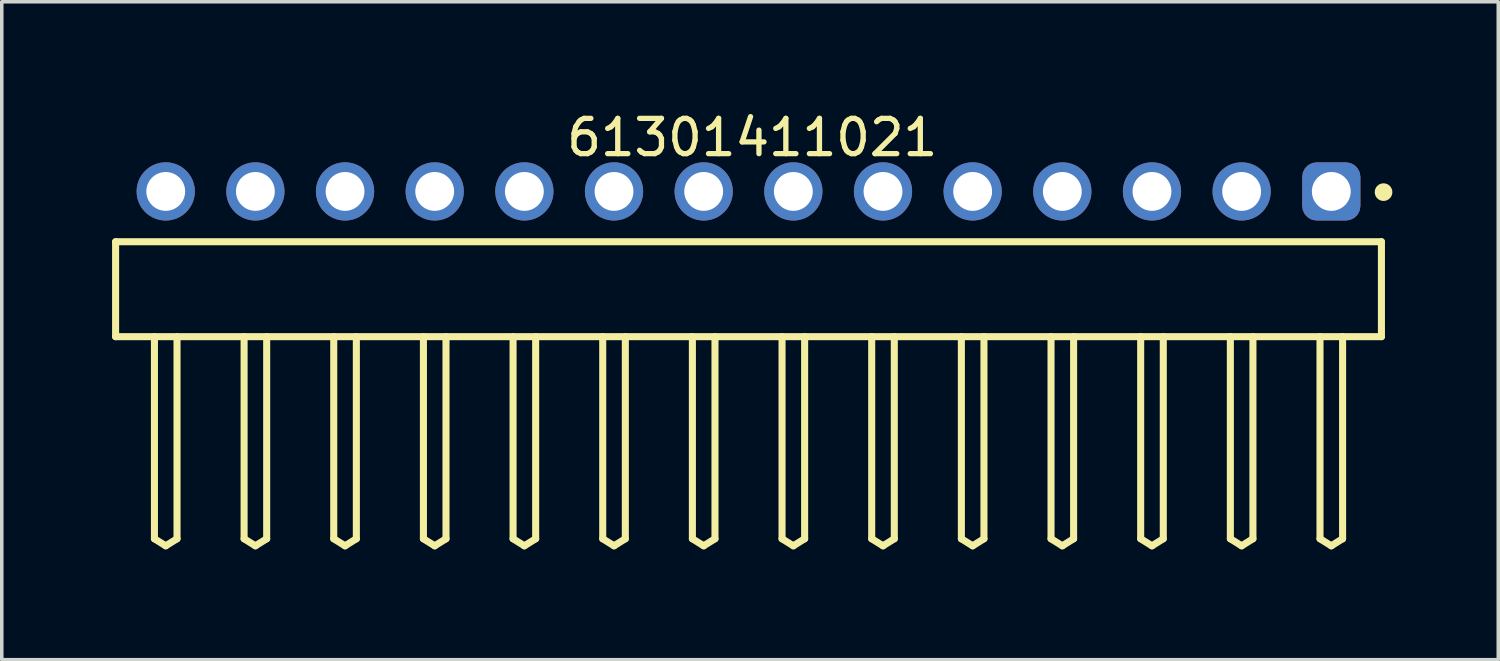
<source format=kicad_pcb>
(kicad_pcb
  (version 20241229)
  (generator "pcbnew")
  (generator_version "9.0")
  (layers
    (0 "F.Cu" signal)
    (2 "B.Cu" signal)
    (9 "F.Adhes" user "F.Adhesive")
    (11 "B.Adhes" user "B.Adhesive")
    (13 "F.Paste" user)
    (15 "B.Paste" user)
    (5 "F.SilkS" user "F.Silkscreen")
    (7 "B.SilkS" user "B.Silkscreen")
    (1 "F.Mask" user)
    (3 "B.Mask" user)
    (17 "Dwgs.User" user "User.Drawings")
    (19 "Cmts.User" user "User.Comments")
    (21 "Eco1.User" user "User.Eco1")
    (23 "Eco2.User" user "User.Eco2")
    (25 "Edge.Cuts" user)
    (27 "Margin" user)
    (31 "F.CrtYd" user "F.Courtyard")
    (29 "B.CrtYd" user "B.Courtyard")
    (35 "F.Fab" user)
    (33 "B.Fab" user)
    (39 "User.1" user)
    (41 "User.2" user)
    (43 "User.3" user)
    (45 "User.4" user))
  (footprint "61301411021"
    (layer "F.Cu")
    (at 18.155 5.143)
    (property "Reference" "61301411021" (at 0.105 -4.295 0) (layer "F.SilkS") (effects (font (size 1 1) (thickness 0.15))))
    (fp_line (start -17.93 -1.345) (end 17.93 -1.345) (stroke (width 0.2) (type solid)) (layer "F.SilkS"))
    (fp_line (start -17.93 1.345) (end -17.93 -1.345) (stroke (width 0.2) (type solid)) (layer "F.SilkS"))
    (fp_line (start -17.93 1.345) (end 17.93 1.345) (stroke (width 0.2) (type solid)) (layer "F.SilkS"))
    (fp_line (start -16.83 7.07) (end -16.83 1.345) (stroke (width 0.2) (type solid)) (layer "F.SilkS"))
    (fp_line (start -16.83 7.07) (end -16.51 7.27) (stroke (width 0.2) (type solid)) (layer "F.SilkS"))
    (fp_line (start -16.51 7.27) (end -16.19 7.07) (stroke (width 0.2) (type solid)) (layer "F.SilkS"))
    (fp_line (start -16.19 7.07) (end -16.19 1.345) (stroke (width 0.2) (type solid)) (layer "F.SilkS"))
    (fp_line (start -14.29 7.07) (end -14.29 1.345) (stroke (width 0.2) (type solid)) (layer "F.SilkS"))
    (fp_line (start -14.29 7.07) (end -13.97 7.27) (stroke (width 0.2) (type solid)) (layer "F.SilkS"))
    (fp_line (start -13.97 7.27) (end -13.65 7.07) (stroke (width 0.2) (type solid)) (layer "F.SilkS"))
    (fp_line (start -13.65 7.07) (end -13.65 1.345) (stroke (width 0.2) (type solid)) (layer "F.SilkS"))
    (fp_line (start -11.75 7.07) (end -11.75 1.345) (stroke (width 0.2) (type solid)) (layer "F.SilkS"))
    (fp_line (start -11.75 7.07) (end -11.43 7.27) (stroke (width 0.2) (type solid)) (layer "F.SilkS"))
    (fp_line (start -11.43 7.27) (end -11.11 7.07) (stroke (width 0.2) (type solid)) (layer "F.SilkS"))
    (fp_line (start -11.11 7.07) (end -11.11 1.345) (stroke (width 0.2) (type solid)) (layer "F.SilkS"))
    (fp_line (start -9.21 7.07) (end -9.21 1.345) (stroke (width 0.2) (type solid)) (layer "F.SilkS"))
    (fp_line (start -9.21 7.07) (end -8.89 7.27) (stroke (width 0.2) (type solid)) (layer "F.SilkS"))
    (fp_line (start -8.89 7.27) (end -8.57 7.07) (stroke (width 0.2) (type solid)) (layer "F.SilkS"))
    (fp_line (start -8.57 7.07) (end -8.57 1.345) (stroke (width 0.2) (type solid)) (layer "F.SilkS"))
    (fp_line (start -6.67 7.07) (end -6.67 1.345) (stroke (width 0.2) (type solid)) (layer "F.SilkS"))
    (fp_line (start -6.67 7.07) (end -6.35 7.27) (stroke (width 0.2) (type solid)) (layer "F.SilkS"))
    (fp_line (start -6.35 7.27) (end -6.03 7.07) (stroke (width 0.2) (type solid)) (layer "F.SilkS"))
    (fp_line (start -6.03 7.07) (end -6.03 1.345) (stroke (width 0.2) (type solid)) (layer "F.SilkS"))
    (fp_line (start -4.13 7.07) (end -4.13 1.345) (stroke (width 0.2) (type solid)) (layer "F.SilkS"))
    (fp_line (start -4.13 7.07) (end -3.81 7.27) (stroke (width 0.2) (type solid)) (layer "F.SilkS"))
    (fp_line (start -3.81 7.27) (end -3.49 7.07) (stroke (width 0.2) (type solid)) (layer "F.SilkS"))
    (fp_line (start -3.49 7.07) (end -3.49 1.345) (stroke (width 0.2) (type solid)) (layer "F.SilkS"))
    (fp_line (start -1.59 7.07) (end -1.59 1.345) (stroke (width 0.2) (type solid)) (layer "F.SilkS"))
    (fp_line (start -1.59 7.07) (end -1.27 7.27) (stroke (width 0.2) (type solid)) (layer "F.SilkS"))
    (fp_line (start -1.27 7.27) (end -0.95 7.07) (stroke (width 0.2) (type solid)) (layer "F.SilkS"))
    (fp_line (start -0.95 7.07) (end -0.95 1.345) (stroke (width 0.2) (type solid)) (layer "F.SilkS"))
    (fp_line (start 0.95 7.07) (end 0.95 1.345) (stroke (width 0.2) (type solid)) (layer "F.SilkS"))
    (fp_line (start 0.95 7.07) (end 1.27 7.27) (stroke (width 0.2) (type solid)) (layer "F.SilkS"))
    (fp_line (start 1.27 7.27) (end 1.59 7.07) (stroke (width 0.2) (type solid)) (layer "F.SilkS"))
    (fp_line (start 1.59 7.07) (end 1.59 1.345) (stroke (width 0.2) (type solid)) (layer "F.SilkS"))
    (fp_line (start 3.49 7.07) (end 3.49 1.345) (stroke (width 0.2) (type solid)) (layer "F.SilkS"))
    (fp_line (start 3.49 7.07) (end 3.81 7.27) (stroke (width 0.2) (type solid)) (layer "F.SilkS"))
    (fp_line (start 3.81 7.27) (end 4.13 7.07) (stroke (width 0.2) (type solid)) (layer "F.SilkS"))
    (fp_line (start 4.13 7.07) (end 4.13 1.345) (stroke (width 0.2) (type solid)) (layer "F.SilkS"))
    (fp_line (start 6.03 7.07) (end 6.03 1.345) (stroke (width 0.2) (type solid)) (layer "F.SilkS"))
    (fp_line (start 6.03 7.07) (end 6.35 7.27) (stroke (width 0.2) (type solid)) (layer "F.SilkS"))
    (fp_line (start 6.35 7.27) (end 6.67 7.07) (stroke (width 0.2) (type solid)) (layer "F.SilkS"))
    (fp_line (start 6.67 7.07) (end 6.67 1.345) (stroke (width 0.2) (type solid)) (layer "F.SilkS"))
    (fp_line (start 8.57 7.07) (end 8.57 1.345) (stroke (width 0.2) (type solid)) (layer "F.SilkS"))
    (fp_line (start 8.57 7.07) (end 8.89 7.27) (stroke (width 0.2) (type solid)) (layer "F.SilkS"))
    (fp_line (start 8.89 7.27) (end 9.21 7.07) (stroke (width 0.2) (type solid)) (layer "F.SilkS"))
    (fp_line (start 9.21 7.07) (end 9.21 1.345) (stroke (width 0.2) (type solid)) (layer "F.SilkS"))
    (fp_line (start 11.11 7.07) (end 11.11 1.345) (stroke (width 0.2) (type solid)) (layer "F.SilkS"))
    (fp_line (start 11.11 7.07) (end 11.43 7.27) (stroke (width 0.2) (type solid)) (layer "F.SilkS"))
    (fp_line (start 11.43 7.27) (end 11.75 7.07) (stroke (width 0.2) (type solid)) (layer "F.SilkS"))
    (fp_line (start 11.75 7.07) (end 11.75 1.345) (stroke (width 0.2) (type solid)) (layer "F.SilkS"))
    (fp_line (start 13.65 7.07) (end 13.65 1.345) (stroke (width 0.2) (type solid)) (layer "F.SilkS"))
    (fp_line (start 13.65 7.07) (end 13.97 7.27) (stroke (width 0.2) (type solid)) (layer "F.SilkS"))
    (fp_line (start 13.97 7.27) (end 14.29 7.07) (stroke (width 0.2) (type solid)) (layer "F.SilkS"))
    (fp_line (start 14.29 7.07) (end 14.29 1.345) (stroke (width 0.2) (type solid)) (layer "F.SilkS"))
    (fp_line (start 16.19 7.07) (end 16.19 1.345) (stroke (width 0.2) (type solid)) (layer "F.SilkS"))
    (fp_line (start 16.19 7.07) (end 16.51 7.27) (stroke (width 0.2) (type solid)) (layer "F.SilkS"))
    (fp_line (start 16.51 7.27) (end 16.83 7.07) (stroke (width 0.2) (type solid)) (layer "F.SilkS"))
    (fp_line (start 16.83 7.07) (end 16.83 1.345) (stroke (width 0.2) (type solid)) (layer "F.SilkS"))
    (fp_line (start 17.93 1.345) (end 17.93 -1.345) (stroke (width 0.2) (type solid)) (layer "F.SilkS"))
    (fp_circle (center 17.99 -2.75) (end 17.99 -2.875) (stroke (width 0.25) (type solid)) (fill no) (layer "F.SilkS"))
    (fp_line (start -18.13 -3.795) (end 18.13 -3.795) (stroke (width 0.05) (type solid)) (layer "Eco2.User"))
    (fp_line (start -18.13 7.47) (end -18.13 -3.795) (stroke (width 0.05) (type solid)) (layer "Eco2.User"))
    (fp_line (start -18.13 7.47) (end 18.13 7.47) (stroke (width 0.05) (type solid)) (layer "Eco2.User"))
    (fp_line (start -17.78 -1.27) (end 17.78 -1.27) (stroke (width 0.1) (type solid)) (layer "Eco2.User"))
    (fp_line (start -17.78 1.27) (end -17.78 -1.27) (stroke (width 0.1) (type solid)) (layer "Eco2.User"))
    (fp_line (start -17.78 1.27) (end 17.78 1.27) (stroke (width 0.1) (type solid)) (layer "Eco2.User"))
    (fp_line (start -16.83 -3.09) (end -16.19 -3.09) (stroke (width 0.1) (type solid)) (layer "Eco2.User"))
    (fp_line (start -16.83 -1.27) (end -16.83 -3.09) (stroke (width 0.1) (type solid)) (layer "Eco2.User"))
    (fp_line (start -16.83 7.07) (end -16.83 1.27) (stroke (width 0.1) (type solid)) (layer "Eco2.User"))
    (fp_line (start -16.83 7.07) (end -16.51 7.27) (stroke (width 0.1) (type solid)) (layer "Eco2.User"))
    (fp_line (start -16.51 7.27) (end -16.19 7.07) (stroke (width 0.1) (type solid)) (layer "Eco2.User"))
    (fp_line (start -16.19 -1.27) (end -16.19 -3.09) (stroke (width 0.1) (type solid)) (layer "Eco2.User"))
    (fp_line (start -16.19 7.07) (end -16.19 1.27) (stroke (width 0.1) (type solid)) (layer "Eco2.User"))
    (fp_line (start -14.29 -3.09) (end -13.65 -3.09) (stroke (width 0.1) (type solid)) (layer "Eco2.User"))
    (fp_line (start -14.29 -1.27) (end -14.29 -3.09) (stroke (width 0.1) (type solid)) (layer "Eco2.User"))
    (fp_line (start -14.29 7.07) (end -14.29 1.27) (stroke (width 0.1) (type solid)) (layer "Eco2.User"))
    (fp_line (start -14.29 7.07) (end -13.97 7.27) (stroke (width 0.1) (type solid)) (layer "Eco2.User"))
    (fp_line (start -13.97 7.27) (end -13.65 7.07) (stroke (width 0.1) (type solid)) (layer "Eco2.User"))
    (fp_line (start -13.65 -1.27) (end -13.65 -3.09) (stroke (width 0.1) (type solid)) (layer "Eco2.User"))
    (fp_line (start -13.65 7.07) (end -13.65 1.27) (stroke (width 0.1) (type solid)) (layer "Eco2.User"))
    (fp_line (start -11.75 -3.09) (end -11.11 -3.09) (stroke (width 0.1) (type solid)) (layer "Eco2.User"))
    (fp_line (start -11.75 -1.27) (end -11.75 -3.09) (stroke (width 0.1) (type solid)) (layer "Eco2.User"))
    (fp_line (start -11.75 7.07) (end -11.75 1.27) (stroke (width 0.1) (type solid)) (layer "Eco2.User"))
    (fp_line (start -11.75 7.07) (end -11.43 7.27) (stroke (width 0.1) (type solid)) (layer "Eco2.User"))
    (fp_line (start -11.43 7.27) (end -11.11 7.07) (stroke (width 0.1) (type solid)) (layer "Eco2.User"))
    (fp_line (start -11.11 -1.27) (end -11.11 -3.09) (stroke (width 0.1) (type solid)) (layer "Eco2.User"))
    (fp_line (start -11.11 7.07) (end -11.11 1.27) (stroke (width 0.1) (type solid)) (layer "Eco2.User"))
    (fp_line (start -9.21 -3.09) (end -8.57 -3.09) (stroke (width 0.1) (type solid)) (layer "Eco2.User"))
    (fp_line (start -9.21 -1.27) (end -9.21 -3.09) (stroke (width 0.1) (type solid)) (layer "Eco2.User"))
    (fp_line (start -9.21 7.07) (end -9.21 1.27) (stroke (width 0.1) (type solid)) (layer "Eco2.User"))
    (fp_line (start -9.21 7.07) (end -8.89 7.27) (stroke (width 0.1) (type solid)) (layer "Eco2.User"))
    (fp_line (start -8.89 7.27) (end -8.57 7.07) (stroke (width 0.1) (type solid)) (layer "Eco2.User"))
    (fp_line (start -8.57 -1.27) (end -8.57 -3.09) (stroke (width 0.1) (type solid)) (layer "Eco2.User"))
    (fp_line (start -8.57 7.07) (end -8.57 1.27) (stroke (width 0.1) (type solid)) (layer "Eco2.User"))
    (fp_line (start -6.67 -3.09) (end -6.03 -3.09) (stroke (width 0.1) (type solid)) (layer "Eco2.User"))
    (fp_line (start -6.67 -1.27) (end -6.67 -3.09) (stroke (width 0.1) (type solid)) (layer "Eco2.User"))
    (fp_line (start -6.67 7.07) (end -6.67 1.27) (stroke (width 0.1) (type solid)) (layer "Eco2.User"))
    (fp_line (start -6.67 7.07) (end -6.35 7.27) (stroke (width 0.1) (type solid)) (layer "Eco2.User"))
    (fp_line (start -6.35 7.27) (end -6.03 7.07) (stroke (width 0.1) (type solid)) (layer "Eco2.User"))
    (fp_line (start -6.03 -1.27) (end -6.03 -3.09) (stroke (width 0.1) (type solid)) (layer "Eco2.User"))
    (fp_line (start -6.03 7.07) (end -6.03 1.27) (stroke (width 0.1) (type solid)) (layer "Eco2.User"))
    (fp_line (start -4.13 -3.09) (end -3.49 -3.09) (stroke (width 0.1) (type solid)) (layer "Eco2.User"))
    (fp_line (start -4.13 -1.27) (end -4.13 -3.09) (stroke (width 0.1) (type solid)) (layer "Eco2.User"))
    (fp_line (start -4.13 7.07) (end -4.13 1.27) (stroke (width 0.1) (type solid)) (layer "Eco2.User"))
    (fp_line (start -4.13 7.07) (end -3.81 7.27) (stroke (width 0.1) (type solid)) (layer "Eco2.User"))
    (fp_line (start -3.81 7.27) (end -3.49 7.07) (stroke (width 0.1) (type solid)) (layer "Eco2.User"))
    (fp_line (start -3.49 -1.27) (end -3.49 -3.09) (stroke (width 0.1) (type solid)) (layer "Eco2.User"))
    (fp_line (start -3.49 7.07) (end -3.49 1.27) (stroke (width 0.1) (type solid)) (layer "Eco2.User"))
    (fp_line (start -1.59 -3.09) (end -0.95 -3.09) (stroke (width 0.1) (type solid)) (layer "Eco2.User"))
    (fp_line (start -1.59 -1.27) (end -1.59 -3.09) (stroke (width 0.1) (type solid)) (layer "Eco2.User"))
    (fp_line (start -1.59 7.07) (end -1.59 1.27) (stroke (width 0.1) (type solid)) (layer "Eco2.User"))
    (fp_line (start -1.59 7.07) (end -1.27 7.27) (stroke (width 0.1) (type solid)) (layer "Eco2.User"))
    (fp_line (start -1.27 7.27) (end -0.95 7.07) (stroke (width 0.1) (type solid)) (layer "Eco2.User"))
    (fp_line (start -0.95 -1.27) (end -0.95 -3.09) (stroke (width 0.1) (type solid)) (layer "Eco2.User"))
    (fp_line (start -0.95 7.07) (end -0.95 1.27) (stroke (width 0.1) (type solid)) (layer "Eco2.User"))
    (fp_line (start -0.5 0) (end 0.5 0) (stroke (width 0.05) (type solid)) (layer "Eco2.User"))
    (fp_line (start 0 0.5) (end 0 -0.5) (stroke (width 0.05) (type solid)) (layer "Eco2.User"))
    (fp_line (start 0.95 -3.09) (end 1.59 -3.09) (stroke (width 0.1) (type solid)) (layer "Eco2.User"))
    (fp_line (start 0.95 -1.27) (end 0.95 -3.09) (stroke (width 0.1) (type solid)) (layer "Eco2.User"))
    (fp_line (start 0.95 7.07) (end 0.95 1.27) (stroke (width 0.1) (type solid)) (layer "Eco2.User"))
    (fp_line (start 0.95 7.07) (end 1.27 7.27) (stroke (width 0.1) (type solid)) (layer "Eco2.User"))
    (fp_line (start 1.27 7.27) (end 1.59 7.07) (stroke (width 0.1) (type solid)) (layer "Eco2.User"))
    (fp_line (start 1.59 -1.27) (end 1.59 -3.09) (stroke (width 0.1) (type solid)) (layer "Eco2.User"))
    (fp_line (start 1.59 7.07) (end 1.59 1.27) (stroke (width 0.1) (type solid)) (layer "Eco2.User"))
    (fp_line (start 3.49 -3.09) (end 4.13 -3.09) (stroke (width 0.1) (type solid)) (layer "Eco2.User"))
    (fp_line (start 3.49 -1.27) (end 3.49 -3.09) (stroke (width 0.1) (type solid)) (layer "Eco2.User"))
    (fp_line (start 3.49 7.07) (end 3.49 1.27) (stroke (width 0.1) (type solid)) (layer "Eco2.User"))
    (fp_line (start 3.49 7.07) (end 3.81 7.27) (stroke (width 0.1) (type solid)) (layer "Eco2.User"))
    (fp_line (start 3.81 7.27) (end 4.13 7.07) (stroke (width 0.1) (type solid)) (layer "Eco2.User"))
    (fp_line (start 4.13 -1.27) (end 4.13 -3.09) (stroke (width 0.1) (type solid)) (layer "Eco2.User"))
    (fp_line (start 4.13 7.07) (end 4.13 1.27) (stroke (width 0.1) (type solid)) (layer "Eco2.User"))
    (fp_line (start 6.03 -3.09) (end 6.67 -3.09) (stroke (width 0.1) (type solid)) (layer "Eco2.User"))
    (fp_line (start 6.03 -1.27) (end 6.03 -3.09) (stroke (width 0.1) (type solid)) (layer "Eco2.User"))
    (fp_line (start 6.03 7.07) (end 6.03 1.27) (stroke (width 0.1) (type solid)) (layer "Eco2.User"))
    (fp_line (start 6.03 7.07) (end 6.35 7.27) (stroke (width 0.1) (type solid)) (layer "Eco2.User"))
    (fp_line (start 6.35 7.27) (end 6.67 7.07) (stroke (width 0.1) (type solid)) (layer "Eco2.User"))
    (fp_line (start 6.67 -1.27) (end 6.67 -3.09) (stroke (width 0.1) (type solid)) (layer "Eco2.User"))
    (fp_line (start 6.67 7.07) (end 6.67 1.27) (stroke (width 0.1) (type solid)) (layer "Eco2.User"))
    (fp_line (start 8.57 -3.09) (end 9.21 -3.09) (stroke (width 0.1) (type solid)) (layer "Eco2.User"))
    (fp_line (start 8.57 -1.27) (end 8.57 -3.09) (stroke (width 0.1) (type solid)) (layer "Eco2.User"))
    (fp_line (start 8.57 7.07) (end 8.57 1.27) (stroke (width 0.1) (type solid)) (layer "Eco2.User"))
    (fp_line (start 8.57 7.07) (end 8.89 7.27) (stroke (width 0.1) (type solid)) (layer "Eco2.User"))
    (fp_line (start 8.89 7.27) (end 9.21 7.07) (stroke (width 0.1) (type solid)) (layer "Eco2.User"))
    (fp_line (start 9.21 -1.27) (end 9.21 -3.09) (stroke (width 0.1) (type solid)) (layer "Eco2.User"))
    (fp_line (start 9.21 7.07) (end 9.21 1.27) (stroke (width 0.1) (type solid)) (layer "Eco2.User"))
    (fp_line (start 11.11 -3.09) (end 11.75 -3.09) (stroke (width 0.1) (type solid)) (layer "Eco2.User"))
    (fp_line (start 11.11 -1.27) (end 11.11 -3.09) (stroke (width 0.1) (type solid)) (layer "Eco2.User"))
    (fp_line (start 11.11 7.07) (end 11.11 1.27) (stroke (width 0.1) (type solid)) (layer "Eco2.User"))
    (fp_line (start 11.11 7.07) (end 11.43 7.27) (stroke (width 0.1) (type solid)) (layer "Eco2.User"))
    (fp_line (start 11.43 7.27) (end 11.75 7.07) (stroke (width 0.1) (type solid)) (layer "Eco2.User"))
    (fp_line (start 11.75 -1.27) (end 11.75 -3.09) (stroke (width 0.1) (type solid)) (layer "Eco2.User"))
    (fp_line (start 11.75 7.07) (end 11.75 1.27) (stroke (width 0.1) (type solid)) (layer "Eco2.User"))
    (fp_line (start 13.65 -3.09) (end 14.29 -3.09) (stroke (width 0.1) (type solid)) (layer "Eco2.User"))
    (fp_line (start 13.65 -1.27) (end 13.65 -3.09) (stroke (width 0.1) (type solid)) (layer "Eco2.User"))
    (fp_line (start 13.65 7.07) (end 13.65 1.27) (stroke (width 0.1) (type solid)) (layer "Eco2.User"))
    (fp_line (start 13.65 7.07) (end 13.97 7.27) (stroke (width 0.1) (type solid)) (layer "Eco2.User"))
    (fp_line (start 13.97 7.27) (end 14.29 7.07) (stroke (width 0.1) (type solid)) (layer "Eco2.User"))
    (fp_line (start 14.29 -1.27) (end 14.29 -3.09) (stroke (width 0.1) (type solid)) (layer "Eco2.User"))
    (fp_line (start 14.29 7.07) (end 14.29 1.27) (stroke (width 0.1) (type solid)) (layer "Eco2.User"))
    (fp_line (start 16.19 -3.09) (end 16.83 -3.09) (stroke (width 0.1) (type solid)) (layer "Eco2.User"))
    (fp_line (start 16.19 -1.27) (end 16.19 -3.09) (stroke (width 0.1) (type solid)) (layer "Eco2.User"))
    (fp_line (start 16.19 7.07) (end 16.19 1.27) (stroke (width 0.1) (type solid)) (layer "Eco2.User"))
    (fp_line (start 16.19 7.07) (end 16.51 7.27) (stroke (width 0.1) (type solid)) (layer "Eco2.User"))
    (fp_line (start 16.51 7.27) (end 16.83 7.07) (stroke (width 0.1) (type solid)) (layer "Eco2.User"))
    (fp_line (start 16.83 -1.27) (end 16.83 -3.09) (stroke (width 0.1) (type solid)) (layer "Eco2.User"))
    (fp_line (start 16.83 7.07) (end 16.83 1.27) (stroke (width 0.1) (type solid)) (layer "Eco2.User"))
    (fp_line (start 17.78 1.27) (end 17.78 -1.27) (stroke (width 0.1) (type solid)) (layer "Eco2.User"))
    (fp_line (start 18.13 7.47) (end 18.13 -3.795) (stroke (width 0.05) (type solid)) (layer "Eco2.User"))
    (fp_text user "${REFERENCE}" (at 0.15 -0.197 0) (unlocked yes) (layer "User.3") (effects (font (size 1.5 1.5) (thickness 0.15))))
    (pad "1" thru_hole roundrect (at 16.51 -2.77) (size 1.65 1.65) (drill 1.1) (layers "*.Cu" "*.Mask") (roundrect_rratio 0.25))
    (pad "2" thru_hole circle (at 13.97 -2.77) (size 1.65 1.65) (drill 1.1) (layers "*.Cu" "*.Mask"))
    (pad "3" thru_hole circle (at 11.43 -2.77) (size 1.65 1.65) (drill 1.1) (layers "*.Cu" "*.Mask"))
    (pad "4" thru_hole circle (at 8.89 -2.77) (size 1.65 1.65) (drill 1.1) (layers "*.Cu" "*.Mask"))
    (pad "5" thru_hole circle (at 6.35 -2.77) (size 1.65 1.65) (drill 1.1) (layers "*.Cu" "*.Mask"))
    (pad "6" thru_hole circle (at 3.81 -2.77) (size 1.65 1.65) (drill 1.1) (layers "*.Cu" "*.Mask"))
    (pad "7" thru_hole circle (at 1.27 -2.77) (size 1.65 1.65) (drill 1.1) (layers "*.Cu" "*.Mask"))
    (pad "8" thru_hole circle (at -1.27 -2.77) (size 1.65 1.65) (drill 1.1) (layers "*.Cu" "*.Mask"))
    (pad "9" thru_hole circle (at -3.81 -2.77) (size 1.65 1.65) (drill 1.1) (layers "*.Cu" "*.Mask"))
    (pad "10" thru_hole circle (at -6.35 -2.77) (size 1.65 1.65) (drill 1.1) (layers "*.Cu" "*.Mask"))
    (pad "11" thru_hole circle (at -8.89 -2.77) (size 1.65 1.65) (drill 1.1) (layers "*.Cu" "*.Mask"))
    (pad "12" thru_hole circle (at -11.43 -2.77) (size 1.65 1.65) (drill 1.1) (layers "*.Cu" "*.Mask"))
    (pad "13" thru_hole circle (at -13.97 -2.77) (size 1.65 1.65) (drill 1.1) (layers "*.Cu" "*.Mask"))
    (pad "14" thru_hole circle (at -16.51 -2.77) (size 1.65 1.65) (drill 1.1) (layers "*.Cu" "*.Mask")))
  (gr_rect
    (start -3 -3)
    (end 39.395 15.638)
    (stroke (width 0.1) (type default))
    (fill no)
    (layer "Edge.Cuts")))
</source>
